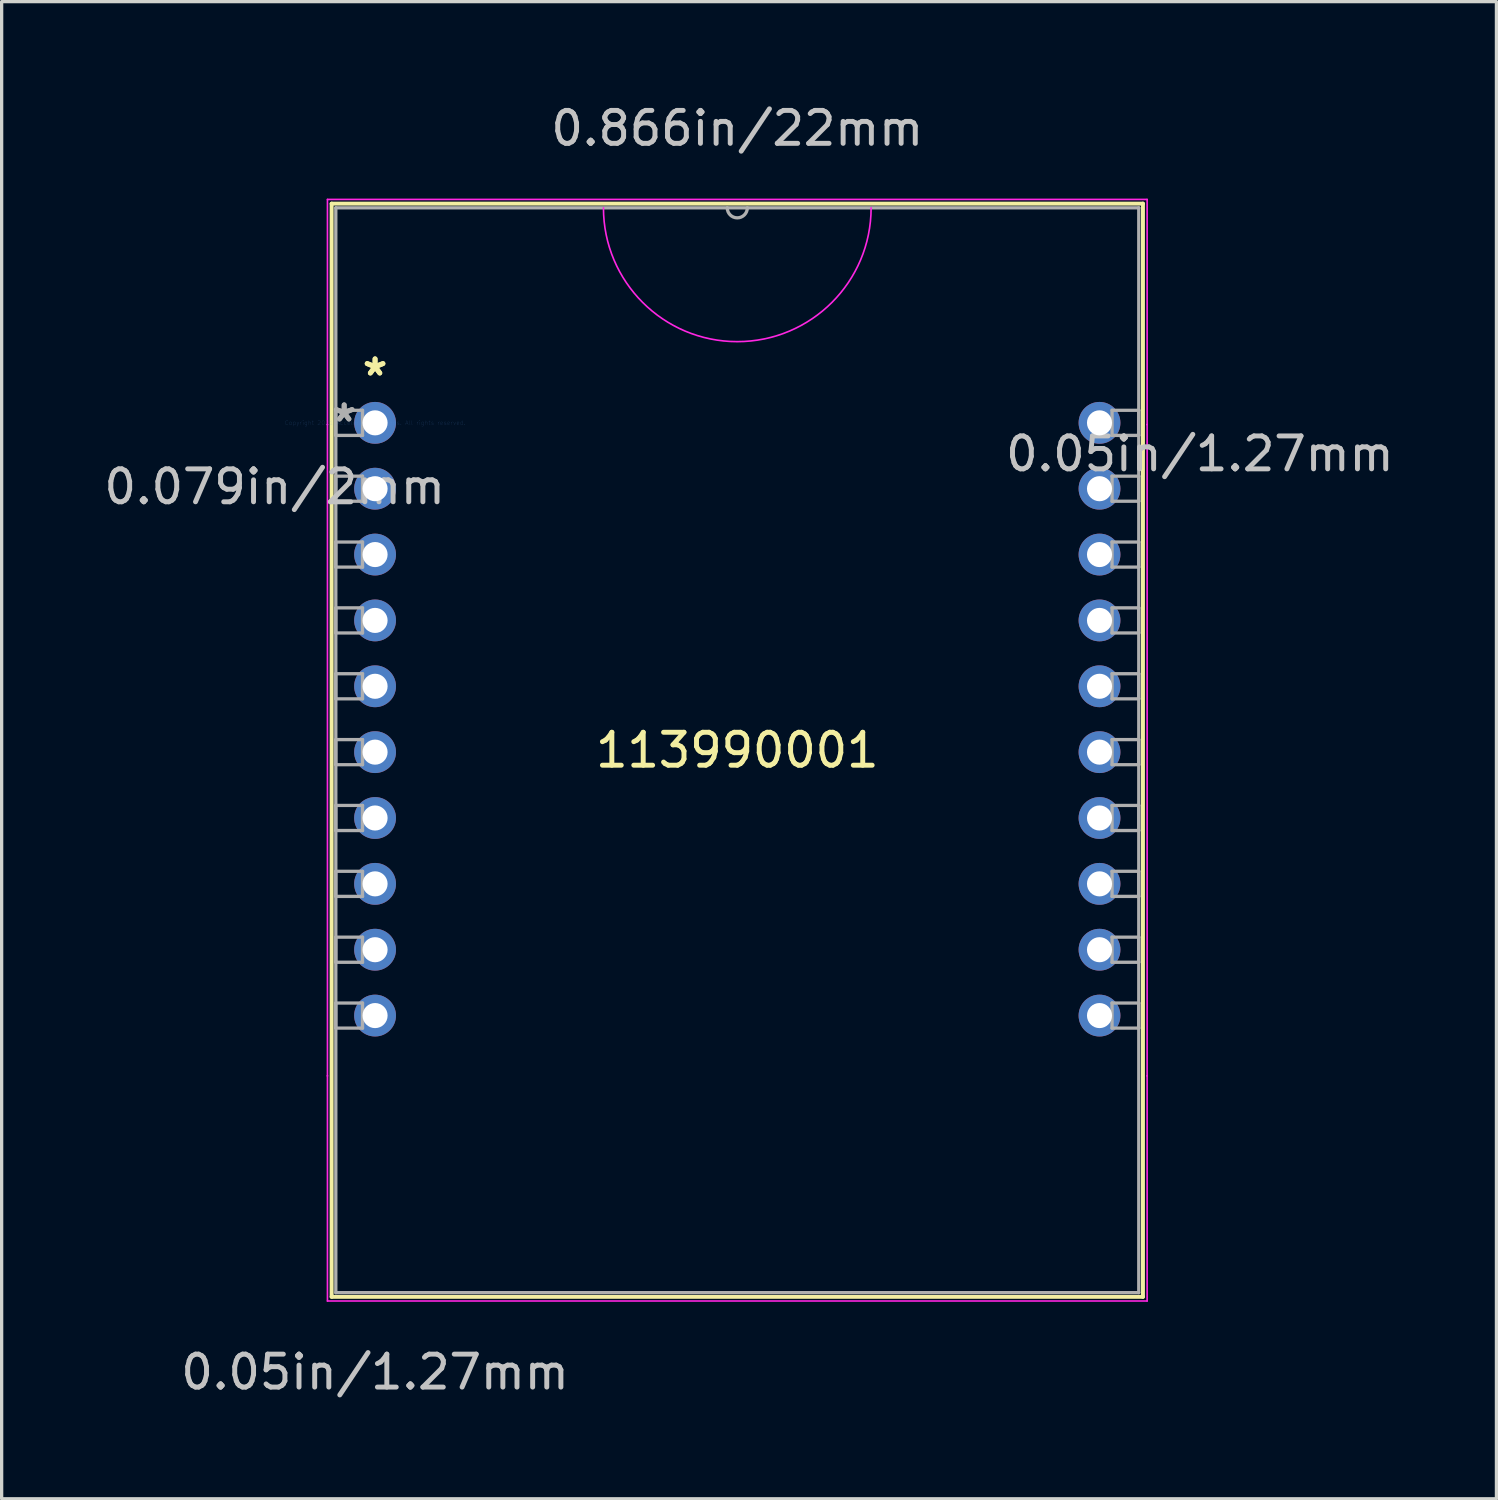
<source format=kicad_pcb>
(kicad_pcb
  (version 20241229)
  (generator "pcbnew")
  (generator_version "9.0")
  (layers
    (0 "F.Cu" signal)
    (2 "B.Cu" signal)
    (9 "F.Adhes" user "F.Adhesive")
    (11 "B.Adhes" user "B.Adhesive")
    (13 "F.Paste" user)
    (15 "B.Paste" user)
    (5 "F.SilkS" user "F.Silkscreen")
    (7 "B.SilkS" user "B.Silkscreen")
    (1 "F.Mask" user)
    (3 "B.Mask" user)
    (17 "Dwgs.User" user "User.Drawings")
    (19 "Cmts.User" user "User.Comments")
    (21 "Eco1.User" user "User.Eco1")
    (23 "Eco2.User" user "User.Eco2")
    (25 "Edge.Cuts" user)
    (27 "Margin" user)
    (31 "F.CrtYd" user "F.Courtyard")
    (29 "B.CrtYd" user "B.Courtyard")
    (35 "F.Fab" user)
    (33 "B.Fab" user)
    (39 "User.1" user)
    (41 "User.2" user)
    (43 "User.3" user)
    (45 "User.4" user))
  (footprint "113990001"
    (layer "F.Cu")
    (at 8.34 9.791)
    (property "Reference" "113990001" (at 11 9.942 0) (layer "F.SilkS") (effects (font (size 1 1) (thickness 0.15))))
    (attr through_hole)
    (fp_line (start -1.319 -6.657) (end -1.319 26.541) (stroke (width 0.12) (type solid)) (layer "F.SilkS"))
    (fp_line (start -1.319 26.541) (end 23.319 26.541) (stroke (width 0.12) (type solid)) (layer "F.SilkS"))
    (fp_line (start 23.319 -6.657) (end -1.319 -6.657) (stroke (width 0.12) (type solid)) (layer "F.SilkS"))
    (fp_line (start 23.319 26.541) (end 23.319 -6.657) (stroke (width 0.12) (type solid)) (layer "F.SilkS"))
    (fp_line (start -1.446 -6.784) (end -1.446 0.053) (stroke (width 0.05) (type solid)) (layer "F.CrtYd"))
    (fp_line (start -1.446 0.053) (end -1.446 0.053) (stroke (width 0.05) (type solid)) (layer "F.CrtYd"))
    (fp_line (start -1.446 0.053) (end -1.446 19.831) (stroke (width 0.05) (type solid)) (layer "F.CrtYd"))
    (fp_line (start -1.446 19.831) (end -1.446 19.831) (stroke (width 0.05) (type solid)) (layer "F.CrtYd"))
    (fp_line (start -1.446 19.831) (end -1.446 26.668) (stroke (width 0.05) (type solid)) (layer "F.CrtYd"))
    (fp_line (start -1.446 26.668) (end 23.446 26.668) (stroke (width 0.05) (type solid)) (layer "F.CrtYd"))
    (fp_line (start 23.446 -6.784) (end -1.446 -6.784) (stroke (width 0.05) (type solid)) (layer "F.CrtYd"))
    (fp_line (start 23.446 0.053) (end 23.446 -6.784) (stroke (width 0.05) (type solid)) (layer "F.CrtYd"))
    (fp_line (start 23.446 0.053) (end 23.446 0.053) (stroke (width 0.05) (type solid)) (layer "F.CrtYd"))
    (fp_line (start 23.446 19.831) (end 23.446 0.053) (stroke (width 0.05) (type solid)) (layer "F.CrtYd"))
    (fp_line (start 23.446 19.831) (end 23.446 19.831) (stroke (width 0.05) (type solid)) (layer "F.CrtYd"))
    (fp_line (start 23.446 26.668) (end 23.446 19.831) (stroke (width 0.05) (type solid)) (layer "F.CrtYd"))
    (fp_arc (start 15.064001 -6.530007) (mid 11.000001 -2.466007) (end 6.936001 -6.530007) (stroke (width 0.05) (type solid)) (layer "F.CrtYd"))
    (fp_line (start -1.192 -6.53) (end -1.192 26.414) (stroke (width 0.1) (type solid)) (layer "F.Fab"))
    (fp_line (start -1.192 -0.381) (end -0.381 -0.381) (stroke (width 0.1) (type solid)) (layer "F.Fab"))
    (fp_line (start -1.192 0.381) (end -1.192 -0.381) (stroke (width 0.1) (type solid)) (layer "F.Fab"))
    (fp_line (start -1.192 1.619) (end -0.381 1.619) (stroke (width 0.1) (type solid)) (layer "F.Fab"))
    (fp_line (start -1.192 2.381) (end -1.192 1.619) (stroke (width 0.1) (type solid)) (layer "F.Fab"))
    (fp_line (start -1.192 3.619) (end -0.381 3.619) (stroke (width 0.1) (type solid)) (layer "F.Fab"))
    (fp_line (start -1.192 4.381) (end -1.192 3.619) (stroke (width 0.1) (type solid)) (layer "F.Fab"))
    (fp_line (start -1.192 5.619) (end -0.381 5.619) (stroke (width 0.1) (type solid)) (layer "F.Fab"))
    (fp_line (start -1.192 6.381) (end -1.192 5.619) (stroke (width 0.1) (type solid)) (layer "F.Fab"))
    (fp_line (start -1.192 7.619) (end -0.381 7.619) (stroke (width 0.1) (type solid)) (layer "F.Fab"))
    (fp_line (start -1.192 8.381) (end -1.192 7.619) (stroke (width 0.1) (type solid)) (layer "F.Fab"))
    (fp_line (start -1.192 9.619) (end -0.381 9.619) (stroke (width 0.1) (type solid)) (layer "F.Fab"))
    (fp_line (start -1.192 10.381) (end -1.192 9.619) (stroke (width 0.1) (type solid)) (layer "F.Fab"))
    (fp_line (start -1.192 11.619) (end -0.381 11.619) (stroke (width 0.1) (type solid)) (layer "F.Fab"))
    (fp_line (start -1.192 12.381) (end -1.192 11.619) (stroke (width 0.1) (type solid)) (layer "F.Fab"))
    (fp_line (start -1.192 13.619) (end -0.381 13.619) (stroke (width 0.1) (type solid)) (layer "F.Fab"))
    (fp_line (start -1.192 14.381) (end -1.192 13.619) (stroke (width 0.1) (type solid)) (layer "F.Fab"))
    (fp_line (start -1.192 15.619) (end -0.381 15.619) (stroke (width 0.1) (type solid)) (layer "F.Fab"))
    (fp_line (start -1.192 16.381) (end -1.192 15.619) (stroke (width 0.1) (type solid)) (layer "F.Fab"))
    (fp_line (start -1.192 17.619) (end -0.381 17.619) (stroke (width 0.1) (type solid)) (layer "F.Fab"))
    (fp_line (start -1.192 18.381) (end -1.192 17.619) (stroke (width 0.1) (type solid)) (layer "F.Fab"))
    (fp_line (start -1.192 26.414) (end 23.192 26.414) (stroke (width 0.1) (type solid)) (layer "F.Fab"))
    (fp_line (start -0.381 -0.381) (end -0.381 0.381) (stroke (width 0.1) (type solid)) (layer "F.Fab"))
    (fp_line (start -0.381 0.381) (end -1.192 0.381) (stroke (width 0.1) (type solid)) (layer "F.Fab"))
    (fp_line (start -0.381 1.619) (end -0.381 2.381) (stroke (width 0.1) (type solid)) (layer "F.Fab"))
    (fp_line (start -0.381 2.381) (end -1.192 2.381) (stroke (width 0.1) (type solid)) (layer "F.Fab"))
    (fp_line (start -0.381 3.619) (end -0.381 4.381) (stroke (width 0.1) (type solid)) (layer "F.Fab"))
    (fp_line (start -0.381 4.381) (end -1.192 4.381) (stroke (width 0.1) (type solid)) (layer "F.Fab"))
    (fp_line (start -0.381 5.619) (end -0.381 6.381) (stroke (width 0.1) (type solid)) (layer "F.Fab"))
    (fp_line (start -0.381 6.381) (end -1.192 6.381) (stroke (width 0.1) (type solid)) (layer "F.Fab"))
    (fp_line (start -0.381 7.619) (end -0.381 8.381) (stroke (width 0.1) (type solid)) (layer "F.Fab"))
    (fp_line (start -0.381 8.381) (end -1.192 8.381) (stroke (width 0.1) (type solid)) (layer "F.Fab"))
    (fp_line (start -0.381 9.619) (end -0.381 10.381) (stroke (width 0.1) (type solid)) (layer "F.Fab"))
    (fp_line (start -0.381 10.381) (end -1.192 10.381) (stroke (width 0.1) (type solid)) (layer "F.Fab"))
    (fp_line (start -0.381 11.619) (end -0.381 12.381) (stroke (width 0.1) (type solid)) (layer "F.Fab"))
    (fp_line (start -0.381 12.381) (end -1.192 12.381) (stroke (width 0.1) (type solid)) (layer "F.Fab"))
    (fp_line (start -0.381 13.619) (end -0.381 14.381) (stroke (width 0.1) (type solid)) (layer "F.Fab"))
    (fp_line (start -0.381 14.381) (end -1.192 14.381) (stroke (width 0.1) (type solid)) (layer "F.Fab"))
    (fp_line (start -0.381 15.619) (end -0.381 16.381) (stroke (width 0.1) (type solid)) (layer "F.Fab"))
    (fp_line (start -0.381 16.381) (end -1.192 16.381) (stroke (width 0.1) (type solid)) (layer "F.Fab"))
    (fp_line (start -0.381 17.619) (end -0.381 18.381) (stroke (width 0.1) (type solid)) (layer "F.Fab"))
    (fp_line (start -0.381 18.381) (end -1.192 18.381) (stroke (width 0.1) (type solid)) (layer "F.Fab"))
    (fp_line (start 22.381 -0.381) (end 23.192 -0.381) (stroke (width 0.1) (type solid)) (layer "F.Fab"))
    (fp_line (start 22.381 0.381) (end 22.381 -0.381) (stroke (width 0.1) (type solid)) (layer "F.Fab"))
    (fp_line (start 22.381 1.619) (end 23.192 1.619) (stroke (width 0.1) (type solid)) (layer "F.Fab"))
    (fp_line (start 22.381 2.381) (end 22.381 1.619) (stroke (width 0.1) (type solid)) (layer "F.Fab"))
    (fp_line (start 22.381 3.619) (end 23.192 3.619) (stroke (width 0.1) (type solid)) (layer "F.Fab"))
    (fp_line (start 22.381 4.381) (end 22.381 3.619) (stroke (width 0.1) (type solid)) (layer "F.Fab"))
    (fp_line (start 22.381 5.619) (end 23.192 5.619) (stroke (width 0.1) (type solid)) (layer "F.Fab"))
    (fp_line (start 22.381 6.381) (end 22.381 5.619) (stroke (width 0.1) (type solid)) (layer "F.Fab"))
    (fp_line (start 22.381 7.619) (end 23.192 7.619) (stroke (width 0.1) (type solid)) (layer "F.Fab"))
    (fp_line (start 22.381 8.381) (end 22.381 7.619) (stroke (width 0.1) (type solid)) (layer "F.Fab"))
    (fp_line (start 22.381 9.619) (end 23.192 9.619) (stroke (width 0.1) (type solid)) (layer "F.Fab"))
    (fp_line (start 22.381 10.381) (end 22.381 9.619) (stroke (width 0.1) (type solid)) (layer "F.Fab"))
    (fp_line (start 22.381 11.619) (end 23.192 11.619) (stroke (width 0.1) (type solid)) (layer "F.Fab"))
    (fp_line (start 22.381 12.381) (end 22.381 11.619) (stroke (width 0.1) (type solid)) (layer "F.Fab"))
    (fp_line (start 22.381 13.619) (end 23.192 13.619) (stroke (width 0.1) (type solid)) (layer "F.Fab"))
    (fp_line (start 22.381 14.381) (end 22.381 13.619) (stroke (width 0.1) (type solid)) (layer "F.Fab"))
    (fp_line (start 22.381 15.619) (end 23.192 15.619) (stroke (width 0.1) (type solid)) (layer "F.Fab"))
    (fp_line (start 22.381 16.381) (end 22.381 15.619) (stroke (width 0.1) (type solid)) (layer "F.Fab"))
    (fp_line (start 22.381 17.619) (end 23.192 17.619) (stroke (width 0.1) (type solid)) (layer "F.Fab"))
    (fp_line (start 22.381 18.381) (end 22.381 17.619) (stroke (width 0.1) (type solid)) (layer "F.Fab"))
    (fp_line (start 23.192 -6.53) (end -1.192 -6.53) (stroke (width 0.1) (type solid)) (layer "F.Fab"))
    (fp_line (start 23.192 -0.381) (end 23.192 0.381) (stroke (width 0.1) (type solid)) (layer "F.Fab"))
    (fp_line (start 23.192 0.381) (end 22.381 0.381) (stroke (width 0.1) (type solid)) (layer "F.Fab"))
    (fp_line (start 23.192 1.619) (end 23.192 2.381) (stroke (width 0.1) (type solid)) (layer "F.Fab"))
    (fp_line (start 23.192 2.381) (end 22.381 2.381) (stroke (width 0.1) (type solid)) (layer "F.Fab"))
    (fp_line (start 23.192 3.619) (end 23.192 4.381) (stroke (width 0.1) (type solid)) (layer "F.Fab"))
    (fp_line (start 23.192 4.381) (end 22.381 4.381) (stroke (width 0.1) (type solid)) (layer "F.Fab"))
    (fp_line (start 23.192 5.619) (end 23.192 6.381) (stroke (width 0.1) (type solid)) (layer "F.Fab"))
    (fp_line (start 23.192 6.381) (end 22.381 6.381) (stroke (width 0.1) (type solid)) (layer "F.Fab"))
    (fp_line (start 23.192 7.619) (end 23.192 8.381) (stroke (width 0.1) (type solid)) (layer "F.Fab"))
    (fp_line (start 23.192 8.381) (end 22.381 8.381) (stroke (width 0.1) (type solid)) (layer "F.Fab"))
    (fp_line (start 23.192 9.619) (end 23.192 10.381) (stroke (width 0.1) (type solid)) (layer "F.Fab"))
    (fp_line (start 23.192 10.381) (end 22.381 10.381) (stroke (width 0.1) (type solid)) (layer "F.Fab"))
    (fp_line (start 23.192 11.619) (end 23.192 12.381) (stroke (width 0.1) (type solid)) (layer "F.Fab"))
    (fp_line (start 23.192 12.381) (end 22.381 12.381) (stroke (width 0.1) (type solid)) (layer "F.Fab"))
    (fp_line (start 23.192 13.619) (end 23.192 14.381) (stroke (width 0.1) (type solid)) (layer "F.Fab"))
    (fp_line (start 23.192 14.381) (end 22.381 14.381) (stroke (width 0.1) (type solid)) (layer "F.Fab"))
    (fp_line (start 23.192 15.619) (end 23.192 16.381) (stroke (width 0.1) (type solid)) (layer "F.Fab"))
    (fp_line (start 23.192 16.381) (end 22.381 16.381) (stroke (width 0.1) (type solid)) (layer "F.Fab"))
    (fp_line (start 23.192 17.619) (end 23.192 18.381) (stroke (width 0.1) (type solid)) (layer "F.Fab"))
    (fp_line (start 23.192 18.381) (end 22.381 18.381) (stroke (width 0.1) (type solid)) (layer "F.Fab"))
    (fp_line (start 23.192 26.414) (end 23.192 -6.53) (stroke (width 0.1) (type solid)) (layer "F.Fab"))
    (fp_arc (start 11.304801 -6.530007) (mid 11.000001 -6.225207) (end 10.695201 -6.530007) (stroke (width 0.1) (type solid)) (layer "F.Fab"))
    (fp_text user "*" (at 0.000001 -1.397 0) (layer "F.SilkS") (effects (font (size 1 1) (thickness 0.15))))
    (fp_text user "*" (at 0.000001 -1.397 0) (layer "F.SilkS") (effects (font (size 1 1) (thickness 0.15))))
    (fp_text user "0.05in/1.27mm" (at 0.000001 28.827 0) (layer "Dwgs.User") (effects (font (size 1 1) (thickness 0.15))))
    (fp_text user "0.05in/1.27mm" (at 25.048 0.942 0) (layer "Dwgs.User") (effects (font (size 1 1) (thickness 0.15))))
    (fp_text user "0.079in/2mm" (at -3.048 1.942 0) (layer "Dwgs.User") (effects (font (size 1 1) (thickness 0.15))))
    (fp_text user "0.866in/22mm" (at 11 -8.943 0) (layer "Dwgs.User") (effects (font (size 1 1) (thickness 0.15))))
    (fp_text user "Copyright 2021 Accelerated Designs. All rights reserved." (at 0 0 0) (layer "Cmts.User") (effects (font (size 0.127 0.127) (thickness 0.002))))
    (fp_text user "*" (at -0.938 0 0) (layer "F.Fab") (effects (font (size 1 1) (thickness 0.15))))
    (fp_text user "*" (at -0.938 0 0) (layer "F.Fab") (effects (font (size 1 1) (thickness 0.15))))
    (pad "1" thru_hole circle (at 0 0) (size 1.27 1.27) (drill 0.762) (layers "*.Cu" "*.Mask"))
    (pad "2" thru_hole circle (at 0 2) (size 1.27 1.27) (drill 0.762) (layers "*.Cu" "*.Mask"))
    (pad "3" thru_hole circle (at 0 4) (size 1.27 1.27) (drill 0.762) (layers "*.Cu" "*.Mask"))
    (pad "4" thru_hole circle (at 0 6) (size 1.27 1.27) (drill 0.762) (layers "*.Cu" "*.Mask"))
    (pad "5" thru_hole circle (at 0 8) (size 1.27 1.27) (drill 0.762) (layers "*.Cu" "*.Mask"))
    (pad "6" thru_hole circle (at 0 10) (size 1.27 1.27) (drill 0.762) (layers "*.Cu" "*.Mask"))
    (pad "7" thru_hole circle (at 0 12) (size 1.27 1.27) (drill 0.762) (layers "*.Cu" "*.Mask"))
    (pad "8" thru_hole circle (at 0 14) (size 1.27 1.27) (drill 0.762) (layers "*.Cu" "*.Mask"))
    (pad "9" thru_hole circle (at 0 16) (size 1.27 1.27) (drill 0.762) (layers "*.Cu" "*.Mask"))
    (pad "10" thru_hole circle (at 0 18) (size 1.27 1.27) (drill 0.762) (layers "*.Cu" "*.Mask"))
    (pad "11" thru_hole circle (at 22 18) (size 1.27 1.27) (drill 0.762) (layers "*.Cu" "*.Mask"))
    (pad "12" thru_hole circle (at 22 16) (size 1.27 1.27) (drill 0.762) (layers "*.Cu" "*.Mask"))
    (pad "13" thru_hole circle (at 22 14) (size 1.27 1.27) (drill 0.762) (layers "*.Cu" "*.Mask"))
    (pad "14" thru_hole circle (at 22 12) (size 1.27 1.27) (drill 0.762) (layers "*.Cu" "*.Mask"))
    (pad "15" thru_hole circle (at 22 10) (size 1.27 1.27) (drill 0.762) (layers "*.Cu" "*.Mask"))
    (pad "16" thru_hole circle (at 22 8) (size 1.27 1.27) (drill 0.762) (layers "*.Cu" "*.Mask"))
    (pad "17" thru_hole circle (at 22 6) (size 1.27 1.27) (drill 0.762) (layers "*.Cu" "*.Mask"))
    (pad "18" thru_hole circle (at 22 4) (size 1.27 1.27) (drill 0.762) (layers "*.Cu" "*.Mask"))
    (pad "19" thru_hole circle (at 22 2) (size 1.27 1.27) (drill 0.762) (layers "*.Cu" "*.Mask"))
    (pad "20" thru_hole circle (at 22 0) (size 1.27 1.27) (drill 0.762) (layers "*.Cu" "*.Mask")))
  (gr_rect
    (start -3 -3)
    (end 42.394 42.466)
    (stroke (width 0.1) (type default))
    (fill no)
    (layer "Edge.Cuts")))
</source>
